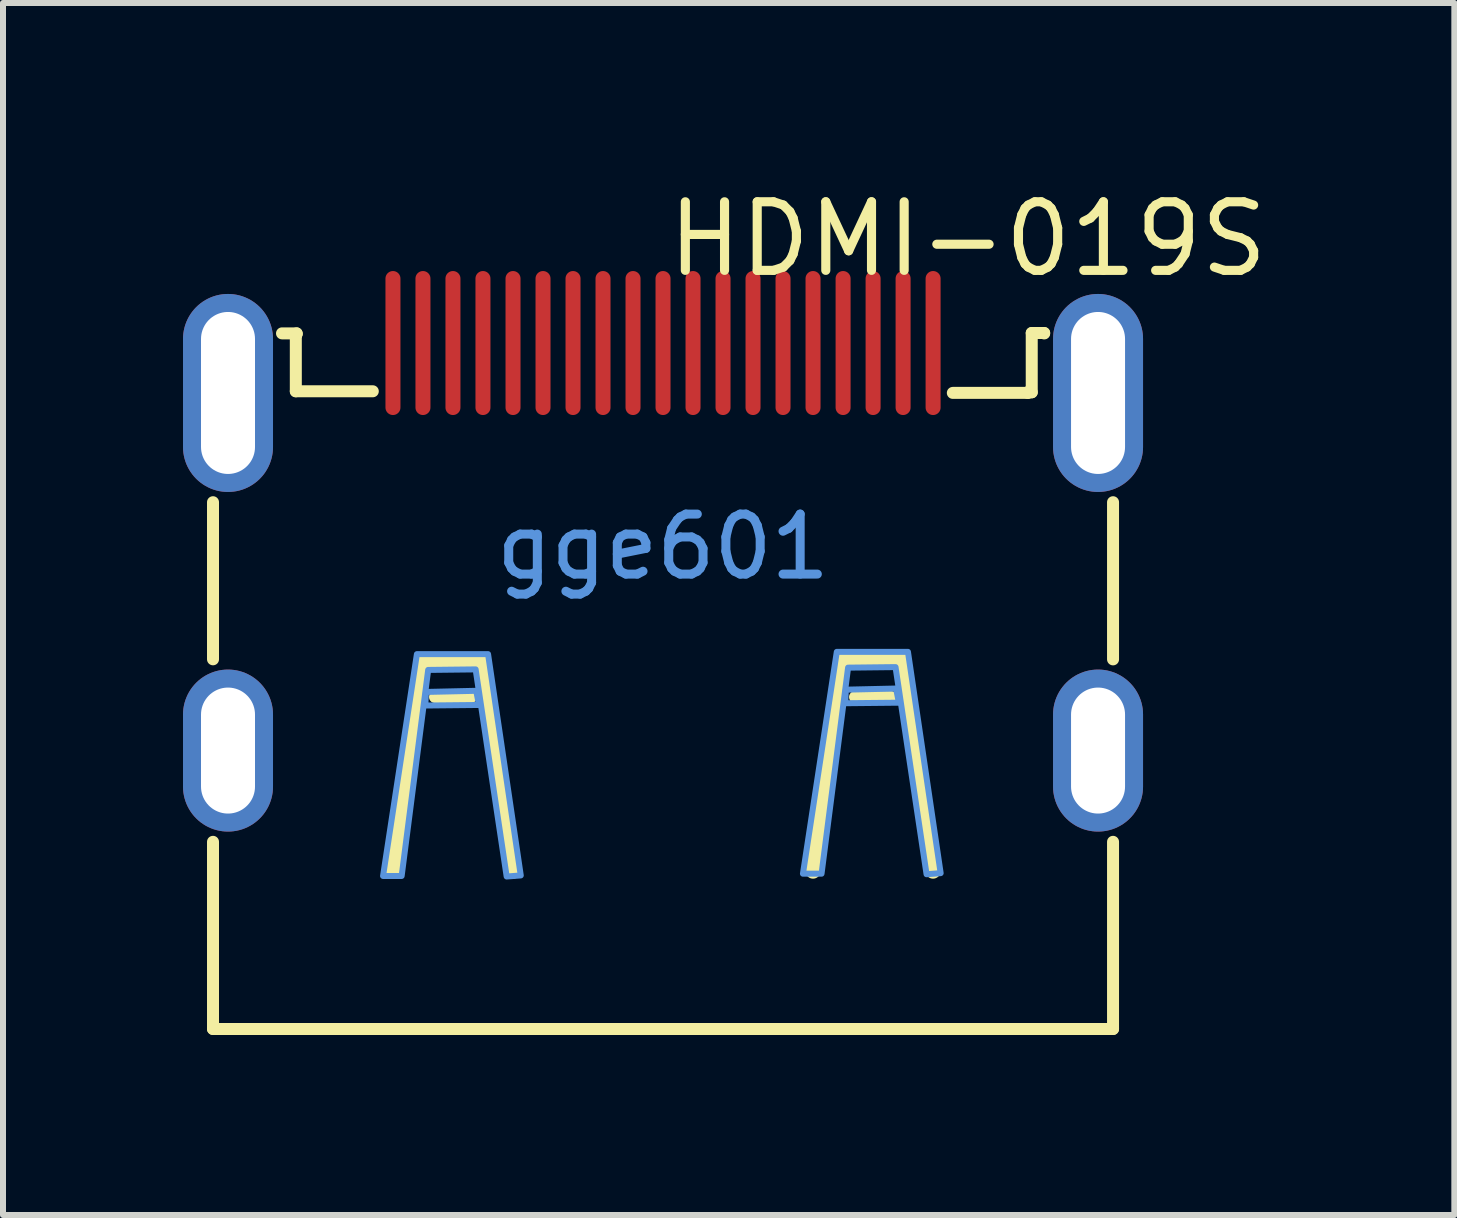
<source format=kicad_pcb>
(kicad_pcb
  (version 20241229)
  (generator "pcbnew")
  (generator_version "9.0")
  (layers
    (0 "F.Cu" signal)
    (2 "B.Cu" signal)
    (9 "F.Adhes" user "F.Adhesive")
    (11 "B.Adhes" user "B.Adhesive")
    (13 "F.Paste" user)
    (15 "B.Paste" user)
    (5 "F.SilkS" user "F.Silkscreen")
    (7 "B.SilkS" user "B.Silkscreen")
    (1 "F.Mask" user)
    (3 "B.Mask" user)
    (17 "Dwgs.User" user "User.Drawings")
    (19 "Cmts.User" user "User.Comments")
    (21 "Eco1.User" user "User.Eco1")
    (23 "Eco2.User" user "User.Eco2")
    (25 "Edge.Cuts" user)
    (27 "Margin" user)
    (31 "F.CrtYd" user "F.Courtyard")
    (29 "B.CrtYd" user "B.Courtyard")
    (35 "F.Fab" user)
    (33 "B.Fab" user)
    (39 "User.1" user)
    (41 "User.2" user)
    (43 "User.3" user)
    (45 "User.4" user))
  (footprint "HDMI-019S"
    (layer "F.Cu")
    (at 8 6.063)
    (property "Reference" "HDMI-019S" (at 0 -5.128 0) (layer "F.SilkS") (effects (font (size 1.143 1.143) (thickness 0.152)) (justify left)))
    (attr smd)
    (fp_line (start -7.5 1.875) (end -7.5 -0.743) (stroke (width 0.2) (type solid)) (layer "F.SilkS"))
    (fp_line (start -7.5 8.036) (end -7.5 4.917) (stroke (width 0.2) (type solid)) (layer "F.SilkS"))
    (fp_line (start -7.5 8.036) (end 7.5 8.036) (stroke (width 0.2) (type solid)) (layer "F.SilkS"))
    (fp_line (start -6.35 -3.557) (end -6.107 -3.557) (stroke (width 0.2) (type solid)) (layer "F.SilkS"))
    (fp_line (start -6.12 -3.545) (end -6.12 -2.592) (stroke (width 0.2) (type solid)) (layer "F.SilkS"))
    (fp_line (start -6.12 -2.592) (end -4.837 -2.592) (stroke (width 0.2) (type solid)) (layer "F.SilkS"))
    (fp_line (start -6.107 -3.557) (end -6.107 -3.545) (stroke (width 0.2) (type solid)) (layer "F.SilkS"))
    (fp_line (start -6.107 -3.545) (end -6.12 -3.545) (stroke (width 0.2) (type solid)) (layer "F.SilkS"))
    (fp_line (start -4 1.904) (end -4.5 5.404) (stroke (width 0.254) (type solid)) (layer "F.SilkS"))
    (fp_line (start -3.2 2.504) (end -3.8 2.504) (stroke (width 0.2) (type solid)) (layer "F.SilkS"))
    (fp_line (start -3 1.904) (end -4 1.904) (stroke (width 0.254) (type solid)) (layer "F.SilkS"))
    (fp_line (start -2.5 5.404) (end -3 1.904) (stroke (width 0.254) (type solid)) (layer "F.SilkS"))
    (fp_line (start 2.5 5.404) (end 3 1.904) (stroke (width 0.254) (type solid)) (layer "F.SilkS"))
    (fp_line (start 3 1.904) (end 4 1.904) (stroke (width 0.254) (type solid)) (layer "F.SilkS"))
    (fp_line (start 3.2 2.504) (end 3.8 2.504) (stroke (width 0.2) (type solid)) (layer "F.SilkS"))
    (fp_line (start 4 1.904) (end 4.5 5.404) (stroke (width 0.254) (type solid)) (layer "F.SilkS"))
    (fp_line (start 4.83 -2.565) (end 6.08 -2.565) (stroke (width 0.2) (type solid)) (layer "F.SilkS"))
    (fp_line (start 6.08 -2.575) (end 6.145 -2.575) (stroke (width 0.2) (type solid)) (layer "F.SilkS"))
    (fp_line (start 6.08 -2.565) (end 6.08 -2.575) (stroke (width 0.2) (type solid)) (layer "F.SilkS"))
    (fp_line (start 6.145 -3.563) (end 6.352 -3.563) (stroke (width 0.2) (type solid)) (layer "F.SilkS"))
    (fp_line (start 6.145 -2.575) (end 6.145 -3.563) (stroke (width 0.2) (type solid)) (layer "F.SilkS"))
    (fp_line (start 6.352 -3.563) (end 6.352 -3.556) (stroke (width 0.2) (type solid)) (layer "F.SilkS"))
    (fp_line (start 7.5 1.876) (end 7.5 -0.743) (stroke (width 0.2) (type solid)) (layer "F.SilkS"))
    (fp_line (start 7.5 8.036) (end 7.5 4.917) (stroke (width 0.2) (type solid)) (layer "F.SilkS"))
    (fp_poly (pts (xy -3.951 2.419) (xy -3.114 2.4) (xy -3.067 2.636) (xy -3.961 2.645)) (stroke (width 0.1) (type solid)) (fill no) (layer "Cmts.User"))
    (fp_poly (pts (xy 3.047 2.381) (xy 3.884 2.362) (xy 3.931 2.598) (xy 3.037 2.607)) (stroke (width 0.1) (type solid)) (fill no) (layer "Cmts.User"))
    (fp_poly (pts (xy -4.666 5.486) (xy -4.356 5.486) (xy -3.914 2.052) (xy -3.123 2.043) (xy -2.606 5.495) (xy -2.371 5.477) (xy -2.916 1.789) (xy -4.102 1.789)) (stroke (width 0.1) (type solid)) (fill no) (layer "Cmts.User"))
    (fp_poly (pts (xy 2.332 5.448) (xy 2.642 5.448) (xy 3.084 2.014) (xy 3.875 2.005) (xy 4.392 5.457) (xy 4.627 5.439) (xy 4.082 1.751) (xy 2.896 1.751)) (stroke (width 0.1) (type solid)) (fill no) (layer "Cmts.User"))
    (fp_text user "gge601" (at 0 0 0) (layer "Cmts.User") (effects (font (size 1 1) (thickness 0.15))))
    (pad "1" smd oval (at 4.501 -3.396) (size 0.25 2.4) (layers "F.Cu" "F.Mask" "F.Paste"))
    (pad "2" smd oval (at 4.001 -3.396) (size 0.25 2.4) (layers "F.Cu" "F.Mask" "F.Paste"))
    (pad "3" smd oval (at 3.501 -3.396) (size 0.25 2.4) (layers "F.Cu" "F.Mask" "F.Paste"))
    (pad "4" smd oval (at 3.001 -3.396) (size 0.25 2.4) (layers "F.Cu" "F.Mask" "F.Paste"))
    (pad "5" smd oval (at 2.5 -3.396) (size 0.25 2.4) (layers "F.Cu" "F.Mask" "F.Paste"))
    (pad "6" smd oval (at 2 -3.396) (size 0.25 2.4) (layers "F.Cu" "F.Mask" "F.Paste"))
    (pad "7" smd oval (at 1.5 -3.396) (size 0.25 2.4) (layers "F.Cu" "F.Mask" "F.Paste"))
    (pad "8" smd oval (at 1 -3.396) (size 0.25 2.4) (layers "F.Cu" "F.Mask" "F.Paste"))
    (pad "9" smd oval (at 0.5 -3.396) (size 0.25 2.4) (layers "F.Cu" "F.Mask" "F.Paste"))
    (pad "10" smd oval (at 0 -3.396) (size 0.25 2.4) (layers "F.Cu" "F.Mask" "F.Paste"))
    (pad "11" smd oval (at -0.5 -3.396) (size 0.25 2.4) (layers "F.Cu" "F.Mask" "F.Paste"))
    (pad "12" smd oval (at -1 -3.396) (size 0.25 2.4) (layers "F.Cu" "F.Mask" "F.Paste"))
    (pad "13" smd oval (at -1.5 -3.396) (size 0.25 2.4) (layers "F.Cu" "F.Mask" "F.Paste"))
    (pad "14" smd oval (at -2 -3.396) (size 0.25 2.4) (layers "F.Cu" "F.Mask" "F.Paste"))
    (pad "15" smd oval (at -2.5 -3.396) (size 0.25 2.4) (layers "F.Cu" "F.Mask" "F.Paste"))
    (pad "16" smd oval (at -3.001 -3.396) (size 0.25 2.4) (layers "F.Cu" "F.Mask" "F.Paste"))
    (pad "17" smd oval (at -3.501 -3.396) (size 0.25 2.4) (layers "F.Cu" "F.Mask" "F.Paste"))
    (pad "18" smd oval (at -4.001 -3.396) (size 0.25 2.4) (layers "F.Cu" "F.Mask" "F.Paste"))
    (pad "19" smd oval (at -4.501 -3.396) (size 0.25 2.4) (layers "F.Cu" "F.Mask" "F.Paste"))
    (pad "20" thru_hole oval (at 7.25 3.396) (size 1.5 2.7) (drill oval 0.9 2.1) (layers "*.Cu" "*.Paste" "*.Mask"))
    (pad "21" thru_hole oval (at -7.25 3.396) (size 1.5 2.7) (drill oval 0.9 2.1) (layers "*.Cu" "*.Paste" "*.Mask"))
    (pad "22" thru_hole oval (at 7.25 -2.564) (size 1.5 3.3) (drill oval 0.9 2.7) (layers "*.Cu" "*.Paste" "*.Mask"))
    (pad "23" thru_hole oval (at -7.25 -2.564) (size 1.5 3.3) (drill oval 0.9 2.7) (layers "*.Cu" "*.Paste" "*.Mask")))
  (gr_rect
    (start -3 -3)
    (end 21.188 17.199)
    (stroke (width 0.1) (type default))
    (fill no)
    (layer "Edge.Cuts")))
</source>
